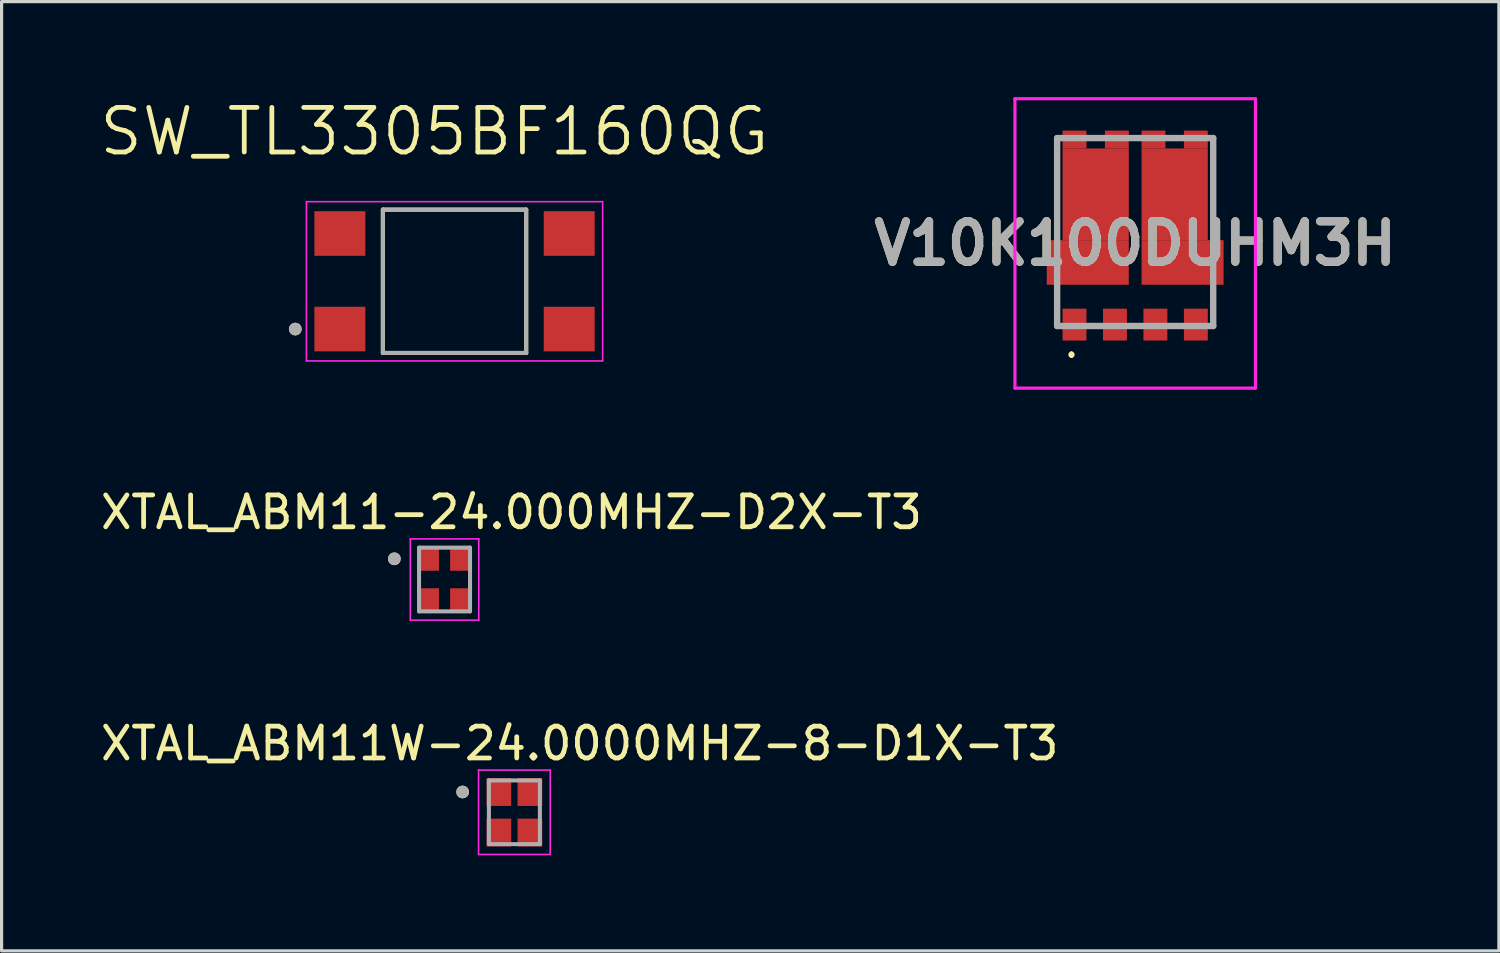
<source format=kicad_pcb>
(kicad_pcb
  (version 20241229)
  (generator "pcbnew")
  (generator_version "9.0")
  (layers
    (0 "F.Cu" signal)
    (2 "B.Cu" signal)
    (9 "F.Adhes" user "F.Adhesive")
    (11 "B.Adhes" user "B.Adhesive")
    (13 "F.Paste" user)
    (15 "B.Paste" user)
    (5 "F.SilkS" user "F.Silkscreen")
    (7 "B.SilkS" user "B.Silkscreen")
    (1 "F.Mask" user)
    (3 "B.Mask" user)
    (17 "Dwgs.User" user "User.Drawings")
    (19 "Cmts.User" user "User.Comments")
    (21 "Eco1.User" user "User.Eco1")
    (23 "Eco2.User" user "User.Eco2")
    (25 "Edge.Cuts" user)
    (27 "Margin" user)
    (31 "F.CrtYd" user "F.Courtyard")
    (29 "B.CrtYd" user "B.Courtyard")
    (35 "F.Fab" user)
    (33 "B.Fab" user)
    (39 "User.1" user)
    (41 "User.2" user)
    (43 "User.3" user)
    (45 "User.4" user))
  (footprint "XTAL_ABM11-24.000MHZ-D2X-T3"
    (layer "F.Cu")
    (at 10.906 15.143)
    (property "Reference" "XTAL_ABM11-24.000MHZ-D2X-T3" (at 2.1 -2.11 0) (layer "F.SilkS") (effects (font (size 1 1) (thickness 0.15))))
    (attr smd)
    (fp_circle (center -1.575 -0.65) (end -1.475 -0.65) (stroke (width 0.2) (type solid)) (fill no) (layer "F.SilkS"))
    (fp_line (start -1.075 -1.275) (end -1.075 1.275) (stroke (width 0.05) (type solid)) (layer "F.CrtYd"))
    (fp_line (start -1.075 -1.275) (end 1.075 -1.275) (stroke (width 0.05) (type solid)) (layer "F.CrtYd"))
    (fp_line (start 1.075 -1.275) (end 1.075 1.275) (stroke (width 0.05) (type solid)) (layer "F.CrtYd"))
    (fp_line (start 1.075 1.275) (end -1.075 1.275) (stroke (width 0.05) (type solid)) (layer "F.CrtYd"))
    (fp_line (start -0.8 -1) (end -0.8 1) (stroke (width 0.127) (type solid)) (layer "F.Fab"))
    (fp_line (start -0.8 -1) (end 0.8 -1) (stroke (width 0.127) (type solid)) (layer "F.Fab"))
    (fp_line (start 0.8 -1) (end 0.8 1) (stroke (width 0.127) (type solid)) (layer "F.Fab"))
    (fp_line (start 0.8 1) (end -0.8 1) (stroke (width 0.127) (type solid)) (layer "F.Fab"))
    (fp_circle (center -1.575 -0.65) (end -1.475 -0.65) (stroke (width 0.2) (type solid)) (fill no) (layer "F.Fab"))
    (pad "1" smd rect (at -0.5 -0.65) (size 0.65 0.75) (layers "F.Cu" "F.Mask" "F.Paste"))
    (pad "2" smd rect (at -0.5 0.65) (size 0.65 0.75) (layers "F.Cu" "F.Mask" "F.Paste"))
    (pad "3" smd rect (at 0.5 0.65) (size 0.65 0.75) (layers "F.Cu" "F.Mask" "F.Paste"))
    (pad "4" smd rect (at 0.5 -0.65) (size 0.65 0.75) (layers "F.Cu" "F.Mask" "F.Paste")))
  (footprint "XTAL_ABM11W-24.0000MHZ-8-D1X-T3"
    (layer "F.Cu")
    (at 13.099 22.451)
    (property "Reference" "XTAL_ABM11W-24.0000MHZ-8-D1X-T3" (at 2.05 -2.16 0) (layer "F.SilkS") (effects (font (size 1 1) (thickness 0.15))))
    (attr smd)
    (fp_circle (center -1.625 -0.637) (end -1.525 -0.637) (stroke (width 0.2) (type solid)) (fill no) (layer "F.SilkS"))
    (fp_line (start -1.125 -1.325) (end -1.125 1.325) (stroke (width 0.05) (type solid)) (layer "F.CrtYd"))
    (fp_line (start -1.125 -1.325) (end 1.125 -1.325) (stroke (width 0.05) (type solid)) (layer "F.CrtYd"))
    (fp_line (start 1.125 -1.325) (end 1.125 1.325) (stroke (width 0.05) (type solid)) (layer "F.CrtYd"))
    (fp_line (start 1.125 1.325) (end -1.125 1.325) (stroke (width 0.05) (type solid)) (layer "F.CrtYd"))
    (fp_line (start -0.8 -1) (end -0.8 1) (stroke (width 0.127) (type solid)) (layer "F.Fab"))
    (fp_line (start -0.8 -1) (end 0.8 -1) (stroke (width 0.127) (type solid)) (layer "F.Fab"))
    (fp_line (start 0.8 -1) (end 0.8 1) (stroke (width 0.127) (type solid)) (layer "F.Fab"))
    (fp_line (start 0.8 1) (end -0.8 1) (stroke (width 0.127) (type solid)) (layer "F.Fab"))
    (fp_circle (center -1.625 -0.637) (end -1.525 -0.637) (stroke (width 0.2) (type solid)) (fill no) (layer "F.Fab"))
    (pad "1" smd rect (at -0.487 -0.637) (size 0.775 0.875) (layers "F.Cu" "F.Mask" "F.Paste"))
    (pad "2" smd rect (at -0.487 0.637) (size 0.775 0.875) (layers "F.Cu" "F.Mask" "F.Paste"))
    (pad "3" smd rect (at 0.487 0.637) (size 0.775 0.875) (layers "F.Cu" "F.Mask" "F.Paste"))
    (pad "4" smd rect (at 0.487 -0.637) (size 0.775 0.875) (layers "F.Cu" "F.Mask" "F.Paste")))
  (footprint "V10K100DUHM3H"
    (layer "F.Cu")
    (at 32.588 4.235)
    (property "Reference" "V10K100DUHM3H" (at 0 0.358 0) (layer "F.SilkS") (effects (font (size 1.27 1.27) (thickness 0.254))))
    (attr smd)
    (fp_line (start -2.45 -2.95) (end -2.45 -0.1) (stroke (width 0.1) (type solid)) (layer "F.SilkS"))
    (fp_line (start -2 3.8) (end -2 3.8) (stroke (width 0.1) (type solid)) (layer "F.SilkS"))
    (fp_line (start -2 3.9) (end -2 3.9) (stroke (width 0.1) (type solid)) (layer "F.SilkS"))
    (fp_line (start 2.45 -2.95) (end 2.45 0) (stroke (width 0.1) (type solid)) (layer "F.SilkS"))
    (fp_arc (start -2 3.8) (mid -1.95 3.85) (end -2 3.9) (stroke (width 0.1) (type solid)) (layer "F.SilkS"))
    (fp_arc (start -2 3.9) (mid -2.05 3.85) (end -2 3.8) (stroke (width 0.1) (type solid)) (layer "F.SilkS"))
    (fp_line (start -3.775 -4.185) (end 3.776 -4.185) (stroke (width 0.1) (type solid)) (layer "F.CrtYd"))
    (fp_line (start -3.775 4.9) (end -3.775 -4.185) (stroke (width 0.1) (type solid)) (layer "F.CrtYd"))
    (fp_line (start 3.776 -4.185) (end 3.776 4.9) (stroke (width 0.1) (type solid)) (layer "F.CrtYd"))
    (fp_line (start 3.776 4.9) (end -3.775 4.9) (stroke (width 0.1) (type solid)) (layer "F.CrtYd"))
    (fp_line (start -2.45 -2.95) (end 2.45 -2.95) (stroke (width 0.2) (type solid)) (layer "F.Fab"))
    (fp_line (start -2.45 2.95) (end -2.45 -2.95) (stroke (width 0.2) (type solid)) (layer "F.Fab"))
    (fp_line (start 2.45 -2.95) (end 2.45 2.95) (stroke (width 0.2) (type solid)) (layer "F.Fab"))
    (fp_line (start 2.45 2.95) (end -2.45 2.95) (stroke (width 0.2) (type solid)) (layer "F.Fab"))
    (fp_text user "${REFERENCE}" (at 0 0.358 0) (layer "F.Fab") (effects (font (size 1.27 1.27) (thickness 0.254))))
    (pad "1" smd rect (at -1.905 2.905) (size 0.75 1) (layers "F.Cu" "F.Mask" "F.Paste"))
    (pad "2" smd rect (at -0.635 2.905) (size 0.75 1) (layers "F.Cu" "F.Mask" "F.Paste"))
    (pad "3" smd rect (at 0.635 2.905) (size 0.75 1) (layers "F.Cu" "F.Mask" "F.Paste"))
    (pad "4" smd rect (at 1.905 2.905) (size 0.75 1) (layers "F.Cu" "F.Mask" "F.Paste"))
    (pad "5" smd rect (at 1.905 -2.905 90) (size 0.56 0.75) (layers "F.Cu" "F.Mask" "F.Paste"))
    (pad "6" smd rect (at 0.575 -2.905 90) (size 0.56 0.75) (layers "F.Cu" "F.Mask" "F.Paste"))
    (pad "7" smd rect (at -0.575 -2.905 90) (size 0.56 0.75) (layers "F.Cu" "F.Mask" "F.Paste"))
    (pad "8" smd rect (at -1.905 -2.905 90) (size 0.56 0.75) (layers "F.Cu" "F.Mask" "F.Paste"))
    (pad "9" smd rect (at -1.24 -1.185) (size 2.08 2.88) (layers "F.Cu" "F.Mask" "F.Paste"))
    (pad "10" smd rect (at 1.24 -1.185) (size 2.08 2.88) (layers "F.Cu" "F.Mask" "F.Paste"))
    (pad "F1" smd rect (at -1.488 0.955 90) (size 1.4 2.575) (layers "F.Cu" "F.Mask" "F.Paste"))
    (pad "F2" smd rect (at 1.488 0.955 90) (size 1.4 2.575) (layers "F.Cu" "F.Mask" "F.Paste")))
  (footprint "SW_TL3305BF160QG"
    (layer "F.Cu")
    (at 11.22 5.781)
    (property "Reference" "SW_TL3305BF160QG" (at -0.635 -4.699 0) (layer "F.SilkS") (effects (font (size 1.4 1.4) (thickness 0.15))))
    (attr smd)
    (fp_line (start -2.25 -2.25) (end -2.25 2.25) (stroke (width 0.127) (type solid)) (layer "F.SilkS"))
    (fp_line (start -2.25 2.25) (end 2.25 2.25) (stroke (width 0.127) (type solid)) (layer "F.SilkS"))
    (fp_line (start 2.25 -2.25) (end -2.25 -2.25) (stroke (width 0.127) (type solid)) (layer "F.SilkS"))
    (fp_line (start 2.25 2.25) (end 2.25 -2.25) (stroke (width 0.127) (type solid)) (layer "F.SilkS"))
    (fp_circle (center -5 1.5) (end -4.9 1.5) (stroke (width 0.2) (type solid)) (fill no) (layer "F.SilkS"))
    (fp_line (start -4.65 -2.5) (end 4.65 -2.5) (stroke (width 0.05) (type solid)) (layer "F.CrtYd"))
    (fp_line (start -4.65 2.5) (end -4.65 -2.5) (stroke (width 0.05) (type solid)) (layer "F.CrtYd"))
    (fp_line (start 4.65 -2.5) (end 4.65 2.5) (stroke (width 0.05) (type solid)) (layer "F.CrtYd"))
    (fp_line (start 4.65 2.5) (end -4.65 2.5) (stroke (width 0.05) (type solid)) (layer "F.CrtYd"))
    (fp_line (start -2.25 -2.25) (end 2.25 -2.25) (stroke (width 0.127) (type solid)) (layer "F.Fab"))
    (fp_line (start -2.25 2.25) (end -2.25 -2.25) (stroke (width 0.127) (type solid)) (layer "F.Fab"))
    (fp_line (start 2.25 -2.25) (end 2.25 2.25) (stroke (width 0.127) (type solid)) (layer "F.Fab"))
    (fp_line (start 2.25 2.25) (end -2.25 2.25) (stroke (width 0.127) (type solid)) (layer "F.Fab"))
    (fp_circle (center -5 1.5) (end -4.9 1.5) (stroke (width 0.2) (type solid)) (fill no) (layer "F.Fab"))
    (pad "1" smd rect (at -3.6 1.5) (size 1.6 1.4) (layers "F.Cu" "F.Mask" "F.Paste"))
    (pad "2" smd rect (at 3.6 1.5) (size 1.6 1.4) (layers "F.Cu" "F.Mask" "F.Paste"))
    (pad "3" smd rect (at -3.6 -1.5) (size 1.6 1.4) (layers "F.Cu" "F.Mask" "F.Paste"))
    (pad "4" smd rect (at 3.6 -1.5) (size 1.6 1.4) (layers "F.Cu" "F.Mask" "F.Paste")))
  (gr_rect
    (start -3 -3)
    (end 44.007 26.802)
    (stroke (width 0.1) (type default))
    (fill no)
    (layer "Edge.Cuts")))
</source>
